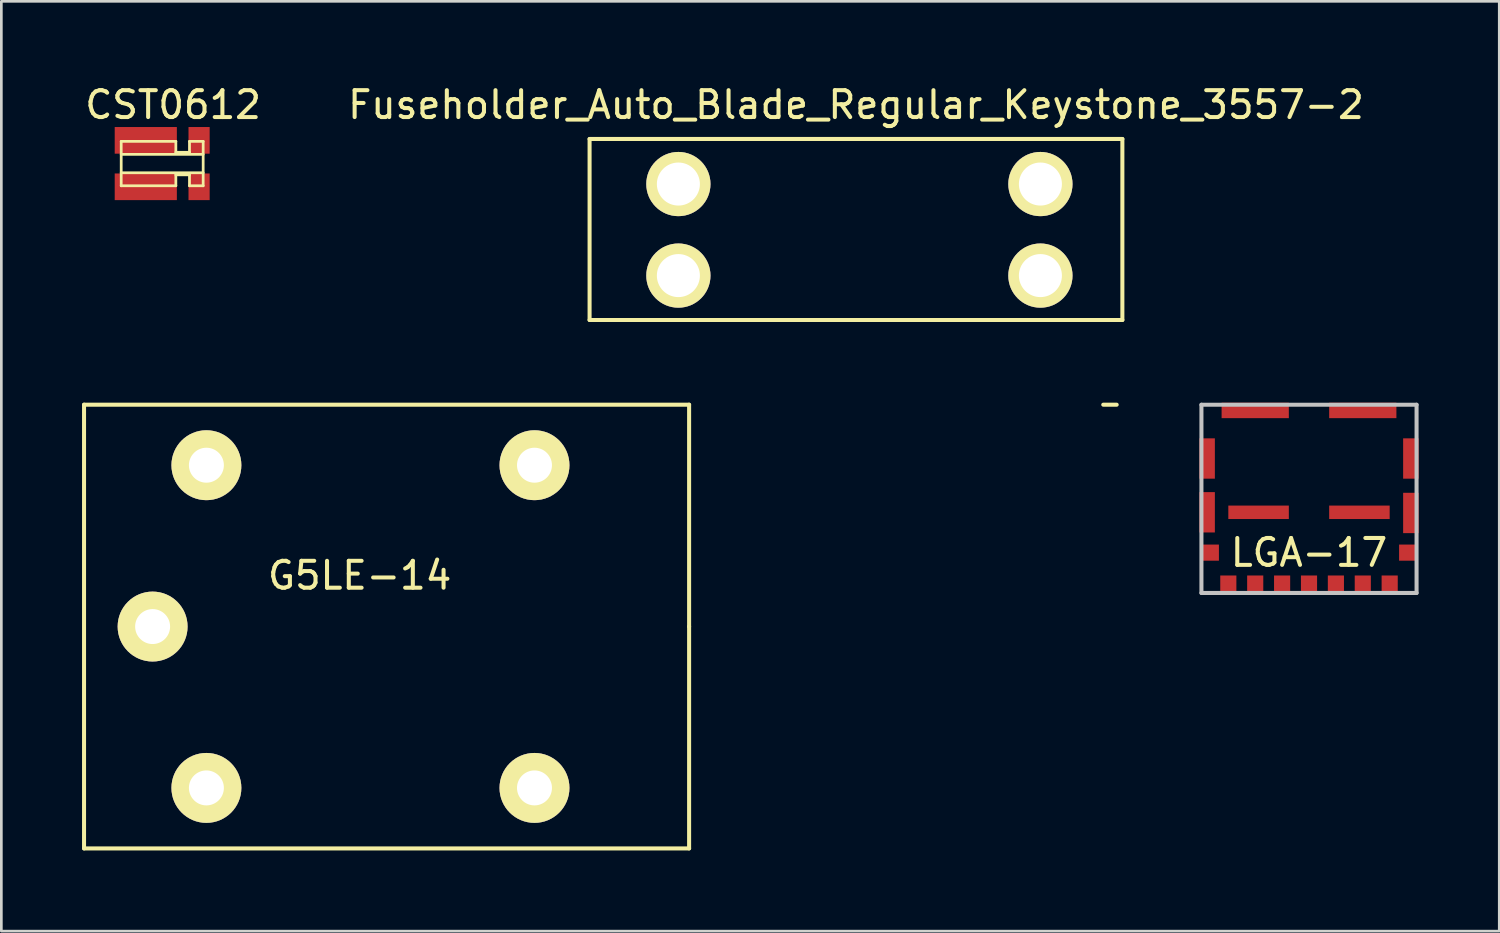
<source format=kicad_pcb>
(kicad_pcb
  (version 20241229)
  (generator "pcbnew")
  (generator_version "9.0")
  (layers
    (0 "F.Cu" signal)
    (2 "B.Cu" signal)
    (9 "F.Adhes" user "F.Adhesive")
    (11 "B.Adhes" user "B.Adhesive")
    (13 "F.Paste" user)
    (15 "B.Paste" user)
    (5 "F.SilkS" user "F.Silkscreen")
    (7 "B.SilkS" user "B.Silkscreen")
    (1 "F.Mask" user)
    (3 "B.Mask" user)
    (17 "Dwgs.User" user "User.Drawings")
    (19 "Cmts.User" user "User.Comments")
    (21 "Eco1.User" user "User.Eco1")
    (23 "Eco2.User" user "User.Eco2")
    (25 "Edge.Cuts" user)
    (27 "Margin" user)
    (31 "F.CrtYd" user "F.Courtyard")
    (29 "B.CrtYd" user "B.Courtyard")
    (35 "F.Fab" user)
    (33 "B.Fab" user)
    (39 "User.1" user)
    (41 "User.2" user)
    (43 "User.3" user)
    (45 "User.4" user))
  (footprint "CST0612"
    (layer "F.Cu")
    (at 2.346 3.896)
    (property "Reference" "CST0612" (at 1.041 -3.048 0) (layer "F.SilkS") (effects (font (size 1 1) (thickness 0.15))))
    (attr through_hole)
    (fp_line (start -0.889 -1.689) (end 1.143 -1.689) (stroke (width 0.102) (type solid)) (layer "F.SilkS"))
    (fp_line (start -0.889 -1.206) (end 2.159 -1.206) (stroke (width 0.102) (type solid)) (layer "F.SilkS"))
    (fp_line (start -0.889 -0.038) (end -0.889 -1.689) (stroke (width 0.102) (type solid)) (layer "F.SilkS"))
    (fp_line (start 1.143 -1.689) (end 1.143 -1.283) (stroke (width 0.102) (type solid)) (layer "F.SilkS"))
    (fp_line (start 1.143 -1.283) (end 1.651 -1.283) (stroke (width 0.102) (type solid)) (layer "F.SilkS"))
    (fp_line (start 1.143 -0.445) (end 1.143 -0.038) (stroke (width 0.102) (type solid)) (layer "F.SilkS"))
    (fp_line (start 1.143 -0.038) (end -0.889 -0.038) (stroke (width 0.102) (type solid)) (layer "F.SilkS"))
    (fp_line (start 1.651 -1.689) (end 2.159 -1.689) (stroke (width 0.102) (type solid)) (layer "F.SilkS"))
    (fp_line (start 1.651 -1.283) (end 1.651 -1.689) (stroke (width 0.102) (type solid)) (layer "F.SilkS"))
    (fp_line (start 1.651 -0.445) (end 1.143 -0.445) (stroke (width 0.102) (type solid)) (layer "F.SilkS"))
    (fp_line (start 1.651 -0.038) (end 1.651 -0.445) (stroke (width 0.102) (type solid)) (layer "F.SilkS"))
    (fp_line (start 2.159 -1.689) (end 2.159 -0.038) (stroke (width 0.102) (type solid)) (layer "F.SilkS"))
    (fp_line (start 2.159 -0.521) (end -0.889 -0.521) (stroke (width 0.102) (type solid)) (layer "F.SilkS"))
    (fp_line (start 2.159 -0.038) (end 1.651 -0.038) (stroke (width 0.102) (type solid)) (layer "F.SilkS"))
    (pad "1" smd rect (at 0.025 0) (size 2.311 0.991) (layers "F.Cu" "F.Mask" "F.Paste"))
    (pad "2" smd rect (at 0.025 -1.727) (size 2.311 0.991) (layers "F.Cu" "F.Mask" "F.Paste"))
    (pad "3" smd rect (at 2.007 0) (size 0.787 0.991) (layers "F.Cu" "F.Mask" "F.Paste"))
    (pad "4" smd rect (at 2.007 -1.727) (size 0.787 0.991) (layers "F.Cu" "F.Mask" "F.Paste")))
  (footprint "G5LE-14"
    (layer "F.Cu")
    (at 10.725 20.249)
    (property "Reference" "G5LE-14" (at -0.4 -1.9 0) (layer "F.SilkS") (effects (font (size 1 1) (thickness 0.15))))
    (attr through_hole)
    (fp_line (start -10.65 -8.25) (end -10.65 8.25) (stroke (width 0.15) (type solid)) (layer "F.SilkS"))
    (fp_line (start -10.65 -8.25) (end 11.85 -8.25) (stroke (width 0.15) (type solid)) (layer "F.SilkS"))
    (fp_line (start -10.65 8.25) (end 11.85 8.25) (stroke (width 0.15) (type solid)) (layer "F.SilkS"))
    (fp_line (start 11.85 0) (end 11.85 -8.25) (stroke (width 0.15) (type solid)) (layer "F.SilkS"))
    (fp_line (start 11.85 0) (end 11.85 8.25) (stroke (width 0.15) (type solid)) (layer "F.SilkS"))
    (fp_line (start 27.75 -8.25) (end 27.25 -8.25) (stroke (width 0.15) (type solid)) (layer "F.SilkS"))
    (pad "1" thru_hole circle (at -8.1 0) (size 2.6 2.6) (drill 1.3) (layers "*.Cu" "*.Mask" "F.SilkS"))
    (pad "2" thru_hole circle (at -6.1 -6) (size 2.6 2.6) (drill 1.3) (layers "*.Cu" "*.Mask" "F.SilkS"))
    (pad "3" thru_hole circle (at 6.1 -6) (size 2.6 2.6) (drill 1.3) (layers "*.Cu" "*.Mask" "F.SilkS"))
    (pad "4" thru_hole circle (at 6.1 6) (size 2.6 2.6) (drill 1.3) (layers "*.Cu" "*.Mask" "F.SilkS"))
    (pad "5" thru_hole circle (at -6.1 6) (size 2.6 2.6) (drill 1.3) (layers "*.Cu" "*.Mask" "F.SilkS")))
  (footprint "Fuseholder_Auto_Blade_Regular_Keystone_3557-2"
    (layer "F.Cu")
    (at 28.78 5.547)
    (property "Reference" "Fuseholder_Auto_Blade_Regular_Keystone_3557-2" (at 0 -4.699 0) (layer "F.SilkS") (effects (font (size 1 1) (thickness 0.15))))
    (attr through_hole)
    (fp_line (start -9.906 -3.429) (end 9.906 -3.429) (stroke (width 0.15) (type solid)) (layer "F.SilkS"))
    (fp_line (start -9.906 3.302) (end -9.906 -3.429) (stroke (width 0.15) (type solid)) (layer "F.SilkS"))
    (fp_line (start 9.906 -3.429) (end 9.906 3.302) (stroke (width 0.15) (type solid)) (layer "F.SilkS"))
    (fp_line (start 9.906 3.302) (end -9.906 3.302) (stroke (width 0.15) (type solid)) (layer "F.SilkS"))
    (pad "1" thru_hole circle (at -6.604 1.651) (size 2.388 2.388) (drill 1.6) (layers "*.Cu" "*.Mask" "F.SilkS"))
    (pad "2" thru_hole circle (at 6.858 1.651) (size 2.388 2.388) (drill 1.6) (layers "*.Cu" "*.Mask" "F.SilkS"))
    (pad "3" thru_hole circle (at 6.858 -1.753) (size 2.388 2.388) (drill 1.6) (layers "*.Cu" "*.Mask" "F.SilkS"))
    (pad "4" thru_hole circle (at -6.604 -1.753) (size 2.388 2.388) (drill 1.6) (layers "*.Cu" "*.Mask" "F.SilkS")))
  (footprint "LGA-17"
    (layer "F.Cu")
    (at 45.626 15.5)
    (property "Reference" "LGA-17" (at 0 2 0) (layer "F.SilkS") (effects (font (size 1 1) (thickness 0.15))))
    (attr through_hole)
    (fp_line (start -4 -3.5) (end -4 3.5) (stroke (width 0.15) (type solid)) (layer "Dwgs.User"))
    (fp_line (start -4 3.5) (end 4 3.5) (stroke (width 0.15) (type solid)) (layer "Dwgs.User"))
    (fp_line (start 4 -3.5) (end -4 -3.5) (stroke (width 0.15) (type solid)) (layer "Dwgs.User"))
    (fp_line (start 4 3.5) (end 4 -3.5) (stroke (width 0.15) (type solid)) (layer "Dwgs.User"))
    (pad "1" smd rect (at -3 3.15) (size 0.6 0.6) (layers "F.Cu" "F.Mask" "F.Paste"))
    (pad "2" smd rect (at -2 3.15) (size 0.6 0.6) (layers "F.Cu" "F.Mask" "F.Paste"))
    (pad "3" smd rect (at -1 3.15) (size 0.6 0.6) (layers "F.Cu" "F.Mask" "F.Paste"))
    (pad "4" smd rect (at 0 3.15) (size 0.6 0.6) (layers "F.Cu" "F.Mask" "F.Paste"))
    (pad "5" smd rect (at 1 3.15) (size 0.6 0.6) (layers "F.Cu" "F.Mask" "F.Paste"))
    (pad "6" smd rect (at 2 3.15) (size 0.6 0.6) (layers "F.Cu" "F.Mask" "F.Paste"))
    (pad "7" smd rect (at 3 3.15) (size 0.6 0.6) (layers "F.Cu" "F.Mask" "F.Paste"))
    (pad "8" smd rect (at 3.65 2) (size 0.6 0.6) (layers "F.Cu" "F.Mask" "F.Paste"))
    (pad "9" smd rect (at 3.788 0.525) (size 0.575 1.5) (layers "F.Cu" "F.Mask" "F.Paste"))
    (pad "10" smd rect (at 3.788 -1.5) (size 0.575 1.5) (layers "F.Cu" "F.Mask" "F.Paste"))
    (pad "11" smd rect (at 2 -3.288) (size 2.5 0.575) (layers "F.Cu" "F.Mask" "F.Paste"))
    (pad "12" smd rect (at -2 -3.288) (size 2.5 0.575) (layers "F.Cu" "F.Mask" "F.Paste"))
    (pad "13" smd rect (at -3.788 -1.5) (size 0.575 1.5) (layers "F.Cu" "F.Mask" "F.Paste"))
    (pad "14" smd rect (at -3.788 0.5) (size 0.575 1.5) (layers "F.Cu" "F.Mask" "F.Paste"))
    (pad "15" smd rect (at -3.65 2) (size 0.6 0.6) (layers "F.Cu" "F.Mask" "F.Paste"))
    (pad "16" smd rect (at -1.875 0.5) (size 2.25 0.5) (layers "F.Cu" "F.Mask" "F.Paste"))
    (pad "17" smd rect (at 1.875 0.5) (size 2.25 0.5) (layers "F.Cu" "F.Mask" "F.Paste")))
  (gr_rect
    (start -3 -3)
    (end 52.701 31.574)
    (stroke (width 0.1) (type default))
    (fill no)
    (layer "Edge.Cuts")))
</source>
